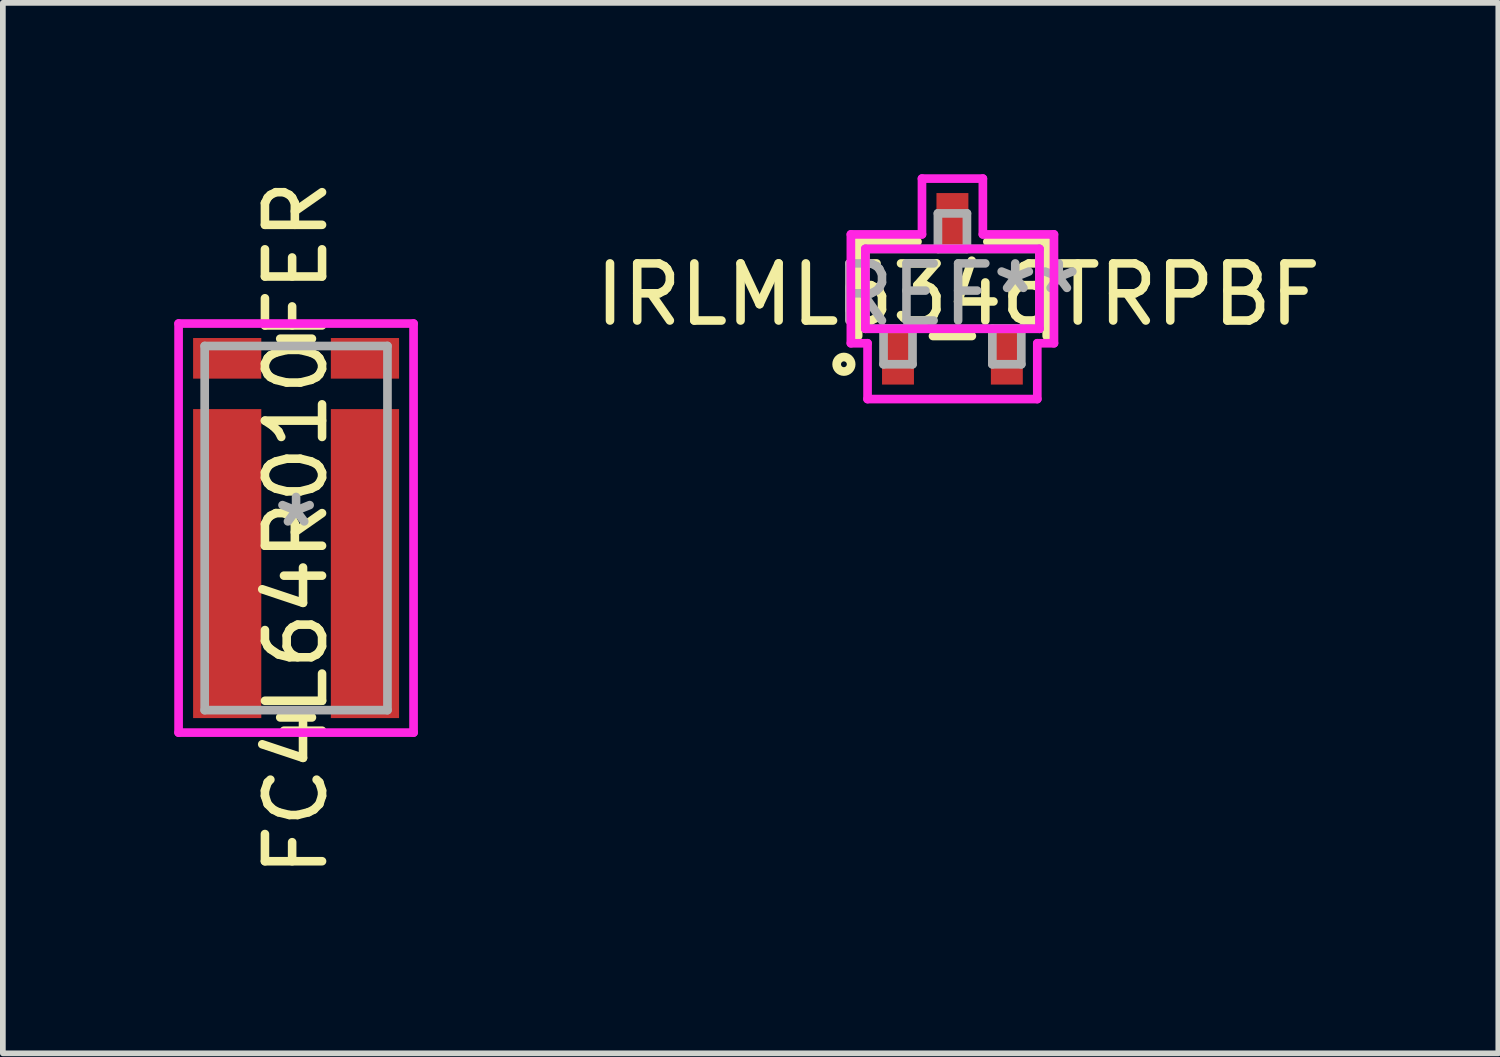
<source format=kicad_pcb>
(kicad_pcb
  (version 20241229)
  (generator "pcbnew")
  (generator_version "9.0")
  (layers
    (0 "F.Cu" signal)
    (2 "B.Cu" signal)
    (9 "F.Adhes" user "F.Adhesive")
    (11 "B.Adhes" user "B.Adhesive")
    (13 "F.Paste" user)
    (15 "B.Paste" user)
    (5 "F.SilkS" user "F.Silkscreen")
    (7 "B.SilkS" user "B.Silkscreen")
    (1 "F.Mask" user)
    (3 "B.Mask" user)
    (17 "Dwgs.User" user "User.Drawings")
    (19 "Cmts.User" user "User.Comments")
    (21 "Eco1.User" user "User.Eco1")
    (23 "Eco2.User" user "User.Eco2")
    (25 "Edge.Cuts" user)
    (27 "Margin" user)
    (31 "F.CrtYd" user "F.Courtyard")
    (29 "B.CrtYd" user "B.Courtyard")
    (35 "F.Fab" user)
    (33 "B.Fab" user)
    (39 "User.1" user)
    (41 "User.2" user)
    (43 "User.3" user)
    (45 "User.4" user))
  (footprint "IRLML6346TRPBF"
    (layer "F.Cu")
    (at 13.626 2.007)
    (property "Reference" "IRLML6346TRPBF" (at 0.1 0.1 0) (layer "F.SilkS") (effects (font (size 1 1) (thickness 0.15))))
    (attr through_hole)
    (fp_line (start -1.651 -0.826) (end -1.651 0.826) (stroke (width 0.152) (type solid)) (layer "F.SilkS"))
    (fp_line (start -0.612 -0.826) (end -1.651 -0.826) (stroke (width 0.152) (type solid)) (layer "F.SilkS"))
    (fp_line (start -0.34 0.826) (end 0.34 0.826) (stroke (width 0.152) (type solid)) (layer "F.SilkS"))
    (fp_line (start 1.651 -0.826) (end 0.612 -0.826) (stroke (width 0.152) (type solid)) (layer "F.SilkS"))
    (fp_line (start 1.651 0.826) (end 1.651 -0.826) (stroke (width 0.152) (type solid)) (layer "F.SilkS"))
    (fp_circle (center -1.9 1.321) (end -1.773 1.321) (stroke (width 0.152) (type solid)) (fill no) (layer "F.SilkS"))
    (fp_line (start -1.778 -0.953) (end -0.533 -0.953) (stroke (width 0.152) (type solid)) (layer "F.CrtYd"))
    (fp_line (start -1.778 0.953) (end -1.778 -0.953) (stroke (width 0.152) (type solid)) (layer "F.CrtYd"))
    (fp_line (start -1.524 -0.699) (end 1.524 -0.699) (stroke (width 0.152) (type solid)) (layer "F.CrtYd"))
    (fp_line (start -1.524 0.699) (end -1.524 -0.699) (stroke (width 0.152) (type solid)) (layer "F.CrtYd"))
    (fp_line (start -1.486 0.953) (end -1.778 0.953) (stroke (width 0.152) (type solid)) (layer "F.CrtYd"))
    (fp_line (start -1.486 1.93) (end -1.486 0.953) (stroke (width 0.152) (type solid)) (layer "F.CrtYd"))
    (fp_line (start -0.533 -1.93) (end 0.533 -1.93) (stroke (width 0.152) (type solid)) (layer "F.CrtYd"))
    (fp_line (start -0.533 -0.953) (end -0.533 -1.93) (stroke (width 0.152) (type solid)) (layer "F.CrtYd"))
    (fp_line (start 0.533 -1.93) (end 0.533 -0.953) (stroke (width 0.152) (type solid)) (layer "F.CrtYd"))
    (fp_line (start 0.533 -0.953) (end 1.778 -0.953) (stroke (width 0.152) (type solid)) (layer "F.CrtYd"))
    (fp_line (start 1.486 0.953) (end 1.486 1.93) (stroke (width 0.152) (type solid)) (layer "F.CrtYd"))
    (fp_line (start 1.486 1.93) (end -1.486 1.93) (stroke (width 0.152) (type solid)) (layer "F.CrtYd"))
    (fp_line (start 1.524 -0.699) (end 1.524 0.699) (stroke (width 0.152) (type solid)) (layer "F.CrtYd"))
    (fp_line (start 1.524 0.699) (end -1.524 0.699) (stroke (width 0.152) (type solid)) (layer "F.CrtYd"))
    (fp_line (start 1.778 -0.953) (end 1.778 0.953) (stroke (width 0.152) (type solid)) (layer "F.CrtYd"))
    (fp_line (start 1.778 0.953) (end 1.486 0.953) (stroke (width 0.152) (type solid)) (layer "F.CrtYd"))
    (fp_line (start -1.524 -0.699) (end -1.524 0.699) (stroke (width 0.152) (type solid)) (layer "F.Fab"))
    (fp_line (start -1.524 0.699) (end 1.524 0.699) (stroke (width 0.152) (type solid)) (layer "F.Fab"))
    (fp_line (start -1.206 0.699) (end -1.206 1.321) (stroke (width 0.152) (type solid)) (layer "F.Fab"))
    (fp_line (start -1.206 1.321) (end -0.699 1.321) (stroke (width 0.152) (type solid)) (layer "F.Fab"))
    (fp_line (start -0.699 0.699) (end -1.206 0.699) (stroke (width 0.152) (type solid)) (layer "F.Fab"))
    (fp_line (start -0.699 1.321) (end -0.699 0.699) (stroke (width 0.152) (type solid)) (layer "F.Fab"))
    (fp_line (start -0.254 -1.321) (end -0.254 -0.699) (stroke (width 0.152) (type solid)) (layer "F.Fab"))
    (fp_line (start -0.254 -0.699) (end 0.254 -0.699) (stroke (width 0.152) (type solid)) (layer "F.Fab"))
    (fp_line (start 0.254 -1.321) (end -0.254 -1.321) (stroke (width 0.152) (type solid)) (layer "F.Fab"))
    (fp_line (start 0.254 -0.699) (end 0.254 -1.321) (stroke (width 0.152) (type solid)) (layer "F.Fab"))
    (fp_line (start 0.699 0.699) (end 0.699 1.321) (stroke (width 0.152) (type solid)) (layer "F.Fab"))
    (fp_line (start 0.699 1.321) (end 1.206 1.321) (stroke (width 0.152) (type solid)) (layer "F.Fab"))
    (fp_line (start 1.206 0.699) (end 0.699 0.699) (stroke (width 0.152) (type solid)) (layer "F.Fab"))
    (fp_line (start 1.206 1.321) (end 1.206 0.699) (stroke (width 0.152) (type solid)) (layer "F.Fab"))
    (fp_line (start 1.524 -0.699) (end -1.524 -0.699) (stroke (width 0.152) (type solid)) (layer "F.Fab"))
    (fp_line (start 1.524 0.699) (end 1.524 -0.699) (stroke (width 0.152) (type solid)) (layer "F.Fab"))
    (fp_text user "REF**" (at 0.1 0.1 0) (layer "F.Fab") (effects (font (size 1 1) (thickness 0.15))))
    (pad "1" smd rect (at -0.953 1.194) (size 0.559 0.965) (layers "F.Cu" "F.Mask" "F.Paste"))
    (pad "2" smd rect (at 0.953 1.194) (size 0.559 0.965) (layers "F.Cu" "F.Mask" "F.Paste"))
    (pad "3" smd rect (at 0 -1.194) (size 0.559 0.965) (layers "F.Cu" "F.Mask" "F.Paste")))
  (footprint "FC4L64R010FER"
    (layer "F.Cu")
    (at 2.134 6.196)
    (property "Reference" "FC4L64R010FER" (at 0 0 90) (layer "F.SilkS") (effects (font (size 1 1) (thickness 0.15))))
    (attr through_hole)
    (fp_line (start -0.277 3.315) (end 0.277 3.315) (stroke (width 0.152) (type solid)) (layer "F.SilkS"))
    (fp_line (start 0.277 -3.315) (end -0.277 -3.315) (stroke (width 0.152) (type solid)) (layer "F.SilkS"))
    (fp_line (start -2.057 -3.581) (end 2.057 -3.581) (stroke (width 0.152) (type solid)) (layer "F.CrtYd"))
    (fp_line (start -2.057 3.581) (end -2.057 -3.581) (stroke (width 0.152) (type solid)) (layer "F.CrtYd"))
    (fp_line (start 2.057 -3.581) (end 2.057 3.581) (stroke (width 0.152) (type solid)) (layer "F.CrtYd"))
    (fp_line (start 2.057 3.581) (end -2.057 3.581) (stroke (width 0.152) (type solid)) (layer "F.CrtYd"))
    (fp_line (start -1.6 -3.188) (end -1.6 3.188) (stroke (width 0.152) (type solid)) (layer "F.Fab"))
    (fp_line (start -1.6 3.188) (end 1.6 3.188) (stroke (width 0.152) (type solid)) (layer "F.Fab"))
    (fp_line (start 1.6 -3.188) (end -1.6 -3.188) (stroke (width 0.152) (type solid)) (layer "F.Fab"))
    (fp_line (start 1.6 3.188) (end 1.6 -3.188) (stroke (width 0.152) (type solid)) (layer "F.Fab"))
    (fp_text user "*" (at 0 0 0) (layer "F.Fab") (effects (font (size 1 1) (thickness 0.15))))
    (pad "1" smd rect (at -1.206 0.622) (size 1.194 5.41) (layers "F.Cu" "F.Mask" "F.Paste"))
    (pad "2" smd rect (at -1.206 -2.972) (size 1.194 0.711) (layers "F.Cu" "F.Mask" "F.Paste"))
    (pad "3" smd rect (at 1.206 -2.972) (size 1.194 0.711) (layers "F.Cu" "F.Mask" "F.Paste"))
    (pad "4" smd rect (at 1.206 0.622) (size 1.194 5.41) (layers "F.Cu" "F.Mask" "F.Paste")))
  (gr_rect
    (start -3 -3)
    (end 23.184 15.393)
    (stroke (width 0.1) (type default))
    (fill no)
    (layer "Edge.Cuts")))
</source>
